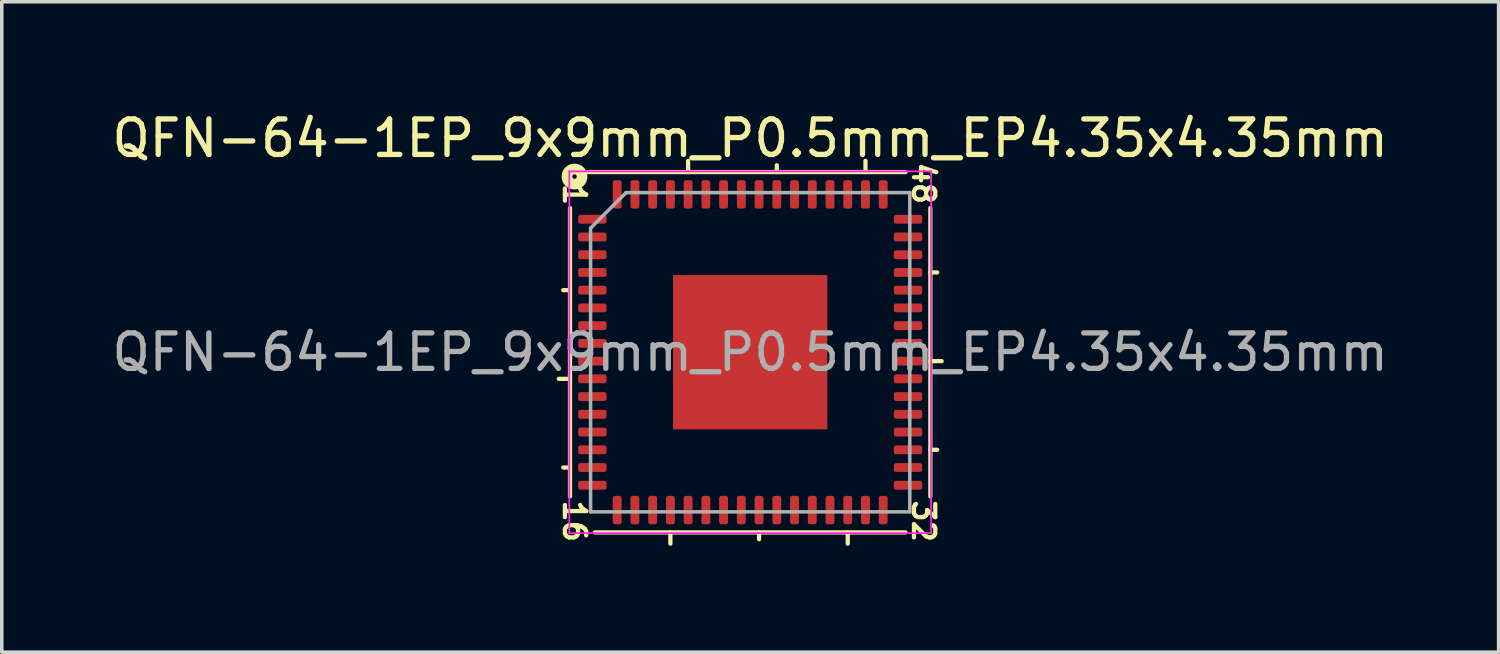
<source format=kicad_pcb>
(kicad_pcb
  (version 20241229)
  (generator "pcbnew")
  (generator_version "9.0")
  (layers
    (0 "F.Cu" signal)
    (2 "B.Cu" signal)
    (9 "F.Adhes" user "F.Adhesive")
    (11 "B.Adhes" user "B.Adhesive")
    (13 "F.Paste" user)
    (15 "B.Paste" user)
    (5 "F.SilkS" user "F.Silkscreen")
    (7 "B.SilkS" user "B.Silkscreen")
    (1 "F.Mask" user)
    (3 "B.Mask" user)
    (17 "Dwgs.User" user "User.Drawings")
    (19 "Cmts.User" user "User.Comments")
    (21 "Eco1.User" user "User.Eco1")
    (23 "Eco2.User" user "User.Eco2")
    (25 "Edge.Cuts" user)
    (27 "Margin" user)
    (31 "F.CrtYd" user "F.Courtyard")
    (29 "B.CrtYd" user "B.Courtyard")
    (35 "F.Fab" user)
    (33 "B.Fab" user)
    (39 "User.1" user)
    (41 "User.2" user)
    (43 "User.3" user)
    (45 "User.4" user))
  (footprint "QFN-64-1EP_9x9mm_P0.5mm_EP4.35x4.35mm"
    (layer "F.Cu")
    (at 18.101 6.881)
    (property "Reference" "QFN-64-1EP_9x9mm_P0.5mm_EP4.35x4.35mm" (at 0 -6.032 0) (layer "F.SilkS") (effects (font (size 1 1) (thickness 0.15))))
    (attr smd)
    (fp_line (start -5.08 -4.064) (end -5.08 4.064) (stroke (width 0.12) (type solid)) (layer "F.SilkS"))
    (fp_line (start -5.08 -1.75) (end -5.271 -1.75) (stroke (width 0.12) (type solid)) (layer "F.SilkS"))
    (fp_line (start -5.08 0.75) (end -5.397 0.75) (stroke (width 0.12) (type solid)) (layer "F.SilkS"))
    (fp_line (start -5.08 3.25) (end -5.271 3.25) (stroke (width 0.12) (type solid)) (layer "F.SilkS"))
    (fp_line (start -4.381 5.08) (end 4.381 5.08) (stroke (width 0.12) (type solid)) (layer "F.SilkS"))
    (fp_line (start -2.25 5.08) (end -2.25 5.397) (stroke (width 0.12) (type solid)) (layer "F.SilkS"))
    (fp_line (start -1.75 -5.08) (end -1.75 -5.397) (stroke (width 0.12) (type solid)) (layer "F.SilkS"))
    (fp_line (start 0.25 5.08) (end 0.25 5.271) (stroke (width 0.12) (type solid)) (layer "F.SilkS"))
    (fp_line (start 0.75 -5.08) (end 0.75 -5.271) (stroke (width 0.12) (type solid)) (layer "F.SilkS"))
    (fp_line (start 2.75 5.08) (end 2.75 5.397) (stroke (width 0.12) (type solid)) (layer "F.SilkS"))
    (fp_line (start 3.25 -5.08) (end 3.25 -5.397) (stroke (width 0.12) (type solid)) (layer "F.SilkS"))
    (fp_line (start 4.381 -5.08) (end -4.572 -5.08) (stroke (width 0.12) (type solid)) (layer "F.SilkS"))
    (fp_line (start 5.08 -2.25) (end 5.271 -2.25) (stroke (width 0.12) (type solid)) (layer "F.SilkS"))
    (fp_line (start 5.08 0.25) (end 5.397 0.25) (stroke (width 0.12) (type solid)) (layer "F.SilkS"))
    (fp_line (start 5.08 2.75) (end 5.271 2.75) (stroke (width 0.12) (type solid)) (layer "F.SilkS"))
    (fp_line (start 5.08 4.064) (end 5.08 -4.064) (stroke (width 0.12) (type solid)) (layer "F.SilkS"))
    (fp_circle (center -4.953 -4.953) (end -4.889 -4.953) (stroke (width 0.3) (type solid)) (fill no) (layer "F.SilkS"))
    (fp_line (start -5.1 -5.1) (end -5.1 5.1) (stroke (width 0.05) (type solid)) (layer "F.CrtYd"))
    (fp_line (start -5.1 5.1) (end 5.1 5.1) (stroke (width 0.05) (type solid)) (layer "F.CrtYd"))
    (fp_line (start 5.1 -5.1) (end -5.1 -5.1) (stroke (width 0.05) (type solid)) (layer "F.CrtYd"))
    (fp_line (start 5.1 5.1) (end 5.1 -5.1) (stroke (width 0.05) (type solid)) (layer "F.CrtYd"))
    (fp_line (start -4.5 -3.5) (end -3.5 -4.5) (stroke (width 0.1) (type solid)) (layer "F.Fab"))
    (fp_line (start -4.5 4.5) (end -4.5 -3.5) (stroke (width 0.1) (type solid)) (layer "F.Fab"))
    (fp_line (start -3.5 -4.5) (end 4.5 -4.5) (stroke (width 0.1) (type solid)) (layer "F.Fab"))
    (fp_line (start 4.5 -4.5) (end 4.5 4.5) (stroke (width 0.1) (type solid)) (layer "F.Fab"))
    (fp_line (start 4.5 4.5) (end -4.5 4.5) (stroke (width 0.1) (type solid)) (layer "F.Fab"))
    (fp_text user "16" (at -4.953 4.763 270) (unlocked yes) (layer "F.SilkS") (effects (font (size 0.6 0.6) (thickness 0.12))))
    (fp_text user "32" (at 4.889 4.763 270) (unlocked yes) (layer "F.SilkS") (effects (font (size 0.6 0.6) (thickness 0.12))))
    (fp_text user "48" (at 4.889 -4.763 270) (unlocked yes) (layer "F.SilkS") (effects (font (size 0.6 0.6) (thickness 0.12))))
    (fp_text user "1" (at -4.953 -4.445 270) (unlocked yes) (layer "F.SilkS") (effects (font (size 0.6 0.6) (thickness 0.12))))
    (fp_text user "${REFERENCE}" (at 0 0 0) (layer "F.Fab") (effects (font (size 1 1) (thickness 0.15))))
    (pad "" smd roundrect (at -1.45 -1.45) (size 1.17 1.17) (layers "F.Paste") (roundrect_rratio 0.214))
    (pad "" smd roundrect (at -1.45 0) (size 1.17 1.17) (layers "F.Paste") (roundrect_rratio 0.214))
    (pad "" smd roundrect (at -1.45 1.45) (size 1.17 1.17) (layers "F.Paste") (roundrect_rratio 0.214))
    (pad "" smd roundrect (at 0 -1.45) (size 1.17 1.17) (layers "F.Paste") (roundrect_rratio 0.214))
    (pad "" smd roundrect (at 0 0) (size 1.17 1.17) (layers "F.Paste") (roundrect_rratio 0.214))
    (pad "" smd roundrect (at 0 1.45) (size 1.17 1.17) (layers "F.Paste") (roundrect_rratio 0.214))
    (pad "" smd roundrect (at 1.45 -1.45) (size 1.17 1.17) (layers "F.Paste") (roundrect_rratio 0.214))
    (pad "" smd roundrect (at 1.45 0) (size 1.17 1.17) (layers "F.Paste") (roundrect_rratio 0.214))
    (pad "" smd roundrect (at 1.45 1.45) (size 1.17 1.17) (layers "F.Paste") (roundrect_rratio 0.214))
    (pad "1" smd roundrect (at -4.45 -3.75) (size 0.8 0.25) (layers "F.Cu" "F.Mask" "F.Paste") (roundrect_rratio 0.25))
    (pad "2" smd roundrect (at -4.45 -3.25) (size 0.8 0.25) (layers "F.Cu" "F.Mask" "F.Paste") (roundrect_rratio 0.25))
    (pad "3" smd roundrect (at -4.45 -2.75) (size 0.8 0.25) (layers "F.Cu" "F.Mask" "F.Paste") (roundrect_rratio 0.25))
    (pad "4" smd roundrect (at -4.45 -2.25) (size 0.8 0.25) (layers "F.Cu" "F.Mask" "F.Paste") (roundrect_rratio 0.25))
    (pad "5" smd roundrect (at -4.45 -1.75) (size 0.8 0.25) (layers "F.Cu" "F.Mask" "F.Paste") (roundrect_rratio 0.25))
    (pad "6" smd roundrect (at -4.45 -1.25) (size 0.8 0.25) (layers "F.Cu" "F.Mask" "F.Paste") (roundrect_rratio 0.25))
    (pad "7" smd roundrect (at -4.45 -0.75) (size 0.8 0.25) (layers "F.Cu" "F.Mask" "F.Paste") (roundrect_rratio 0.25))
    (pad "8" smd roundrect (at -4.45 -0.25) (size 0.8 0.25) (layers "F.Cu" "F.Mask" "F.Paste") (roundrect_rratio 0.25))
    (pad "9" smd roundrect (at -4.45 0.25) (size 0.8 0.25) (layers "F.Cu" "F.Mask" "F.Paste") (roundrect_rratio 0.25))
    (pad "10" smd roundrect (at -4.45 0.75) (size 0.8 0.25) (layers "F.Cu" "F.Mask" "F.Paste") (roundrect_rratio 0.25))
    (pad "11" smd roundrect (at -4.45 1.25) (size 0.8 0.25) (layers "F.Cu" "F.Mask" "F.Paste") (roundrect_rratio 0.25))
    (pad "12" smd roundrect (at -4.45 1.75) (size 0.8 0.25) (layers "F.Cu" "F.Mask" "F.Paste") (roundrect_rratio 0.25))
    (pad "13" smd roundrect (at -4.45 2.25) (size 0.8 0.25) (layers "F.Cu" "F.Mask" "F.Paste") (roundrect_rratio 0.25))
    (pad "14" smd roundrect (at -4.45 2.75) (size 0.8 0.25) (layers "F.Cu" "F.Mask" "F.Paste") (roundrect_rratio 0.25))
    (pad "15" smd roundrect (at -4.45 3.25) (size 0.8 0.25) (layers "F.Cu" "F.Mask" "F.Paste") (roundrect_rratio 0.25))
    (pad "16" smd roundrect (at -4.45 3.75) (size 0.8 0.25) (layers "F.Cu" "F.Mask" "F.Paste") (roundrect_rratio 0.25))
    (pad "17" smd roundrect (at -3.75 4.45) (size 0.25 0.8) (layers "F.Cu" "F.Mask" "F.Paste") (roundrect_rratio 0.25))
    (pad "18" smd roundrect (at -3.25 4.45) (size 0.25 0.8) (layers "F.Cu" "F.Mask" "F.Paste") (roundrect_rratio 0.25))
    (pad "19" smd roundrect (at -2.75 4.45) (size 0.25 0.8) (layers "F.Cu" "F.Mask" "F.Paste") (roundrect_rratio 0.25))
    (pad "20" smd roundrect (at -2.25 4.45) (size 0.25 0.8) (layers "F.Cu" "F.Mask" "F.Paste") (roundrect_rratio 0.25))
    (pad "21" smd roundrect (at -1.75 4.45) (size 0.25 0.8) (layers "F.Cu" "F.Mask" "F.Paste") (roundrect_rratio 0.25))
    (pad "22" smd roundrect (at -1.25 4.45) (size 0.25 0.8) (layers "F.Cu" "F.Mask" "F.Paste") (roundrect_rratio 0.25))
    (pad "23" smd roundrect (at -0.75 4.45) (size 0.25 0.8) (layers "F.Cu" "F.Mask" "F.Paste") (roundrect_rratio 0.25))
    (pad "24" smd roundrect (at -0.25 4.45) (size 0.25 0.8) (layers "F.Cu" "F.Mask" "F.Paste") (roundrect_rratio 0.25))
    (pad "25" smd roundrect (at 0.25 4.45) (size 0.25 0.8) (layers "F.Cu" "F.Mask" "F.Paste") (roundrect_rratio 0.25))
    (pad "26" smd roundrect (at 0.75 4.45) (size 0.25 0.8) (layers "F.Cu" "F.Mask" "F.Paste") (roundrect_rratio 0.25))
    (pad "27" smd roundrect (at 1.25 4.45) (size 0.25 0.8) (layers "F.Cu" "F.Mask" "F.Paste") (roundrect_rratio 0.25))
    (pad "28" smd roundrect (at 1.75 4.45) (size 0.25 0.8) (layers "F.Cu" "F.Mask" "F.Paste") (roundrect_rratio 0.25))
    (pad "29" smd roundrect (at 2.25 4.45) (size 0.25 0.8) (layers "F.Cu" "F.Mask" "F.Paste") (roundrect_rratio 0.25))
    (pad "30" smd roundrect (at 2.75 4.45) (size 0.25 0.8) (layers "F.Cu" "F.Mask" "F.Paste") (roundrect_rratio 0.25))
    (pad "31" smd roundrect (at 3.25 4.45) (size 0.25 0.8) (layers "F.Cu" "F.Mask" "F.Paste") (roundrect_rratio 0.25))
    (pad "32" smd roundrect (at 3.75 4.45) (size 0.25 0.8) (layers "F.Cu" "F.Mask" "F.Paste") (roundrect_rratio 0.25))
    (pad "33" smd roundrect (at 4.45 3.75) (size 0.8 0.25) (layers "F.Cu" "F.Mask" "F.Paste") (roundrect_rratio 0.25))
    (pad "34" smd roundrect (at 4.45 3.25) (size 0.8 0.25) (layers "F.Cu" "F.Mask" "F.Paste") (roundrect_rratio 0.25))
    (pad "35" smd roundrect (at 4.45 2.75) (size 0.8 0.25) (layers "F.Cu" "F.Mask" "F.Paste") (roundrect_rratio 0.25))
    (pad "36" smd roundrect (at 4.45 2.25) (size 0.8 0.25) (layers "F.Cu" "F.Mask" "F.Paste") (roundrect_rratio 0.25))
    (pad "37" smd roundrect (at 4.45 1.75) (size 0.8 0.25) (layers "F.Cu" "F.Mask" "F.Paste") (roundrect_rratio 0.25))
    (pad "38" smd roundrect (at 4.45 1.25) (size 0.8 0.25) (layers "F.Cu" "F.Mask" "F.Paste") (roundrect_rratio 0.25))
    (pad "39" smd roundrect (at 4.45 0.75) (size 0.8 0.25) (layers "F.Cu" "F.Mask" "F.Paste") (roundrect_rratio 0.25))
    (pad "40" smd roundrect (at 4.45 0.25) (size 0.8 0.25) (layers "F.Cu" "F.Mask" "F.Paste") (roundrect_rratio 0.25))
    (pad "41" smd roundrect (at 4.45 -0.25) (size 0.8 0.25) (layers "F.Cu" "F.Mask" "F.Paste") (roundrect_rratio 0.25))
    (pad "42" smd roundrect (at 4.45 -0.75) (size 0.8 0.25) (layers "F.Cu" "F.Mask" "F.Paste") (roundrect_rratio 0.25))
    (pad "43" smd roundrect (at 4.45 -1.25) (size 0.8 0.25) (layers "F.Cu" "F.Mask" "F.Paste") (roundrect_rratio 0.25))
    (pad "44" smd roundrect (at 4.45 -1.75) (size 0.8 0.25) (layers "F.Cu" "F.Mask" "F.Paste") (roundrect_rratio 0.25))
    (pad "45" smd roundrect (at 4.45 -2.25) (size 0.8 0.25) (layers "F.Cu" "F.Mask" "F.Paste") (roundrect_rratio 0.25))
    (pad "46" smd roundrect (at 4.45 -2.75) (size 0.8 0.25) (layers "F.Cu" "F.Mask" "F.Paste") (roundrect_rratio 0.25))
    (pad "47" smd roundrect (at 4.45 -3.25) (size 0.8 0.25) (layers "F.Cu" "F.Mask" "F.Paste") (roundrect_rratio 0.25))
    (pad "48" smd roundrect (at 4.45 -3.75) (size 0.8 0.25) (layers "F.Cu" "F.Mask" "F.Paste") (roundrect_rratio 0.25))
    (pad "49" smd roundrect (at 3.75 -4.45) (size 0.25 0.8) (layers "F.Cu" "F.Mask" "F.Paste") (roundrect_rratio 0.25))
    (pad "50" smd roundrect (at 3.25 -4.45) (size 0.25 0.8) (layers "F.Cu" "F.Mask" "F.Paste") (roundrect_rratio 0.25))
    (pad "51" smd roundrect (at 2.75 -4.45) (size 0.25 0.8) (layers "F.Cu" "F.Mask" "F.Paste") (roundrect_rratio 0.25))
    (pad "52" smd roundrect (at 2.25 -4.45) (size 0.25 0.8) (layers "F.Cu" "F.Mask" "F.Paste") (roundrect_rratio 0.25))
    (pad "53" smd roundrect (at 1.75 -4.45) (size 0.25 0.8) (layers "F.Cu" "F.Mask" "F.Paste") (roundrect_rratio 0.25))
    (pad "54" smd roundrect (at 1.25 -4.45) (size 0.25 0.8) (layers "F.Cu" "F.Mask" "F.Paste") (roundrect_rratio 0.25))
    (pad "55" smd roundrect (at 0.75 -4.45) (size 0.25 0.8) (layers "F.Cu" "F.Mask" "F.Paste") (roundrect_rratio 0.25))
    (pad "56" smd roundrect (at 0.25 -4.45) (size 0.25 0.8) (layers "F.Cu" "F.Mask" "F.Paste") (roundrect_rratio 0.25))
    (pad "57" smd roundrect (at -0.25 -4.45) (size 0.25 0.8) (layers "F.Cu" "F.Mask" "F.Paste") (roundrect_rratio 0.25))
    (pad "58" smd roundrect (at -0.75 -4.45) (size 0.25 0.8) (layers "F.Cu" "F.Mask" "F.Paste") (roundrect_rratio 0.25))
    (pad "59" smd roundrect (at -1.25 -4.45) (size 0.25 0.8) (layers "F.Cu" "F.Mask" "F.Paste") (roundrect_rratio 0.25))
    (pad "60" smd roundrect (at -1.75 -4.45) (size 0.25 0.8) (layers "F.Cu" "F.Mask" "F.Paste") (roundrect_rratio 0.25))
    (pad "61" smd roundrect (at -2.25 -4.45) (size 0.25 0.8) (layers "F.Cu" "F.Mask" "F.Paste") (roundrect_rratio 0.25))
    (pad "62" smd roundrect (at -2.75 -4.45) (size 0.25 0.8) (layers "F.Cu" "F.Mask" "F.Paste") (roundrect_rratio 0.25))
    (pad "63" smd roundrect (at -3.25 -4.45) (size 0.25 0.8) (layers "F.Cu" "F.Mask" "F.Paste") (roundrect_rratio 0.25))
    (pad "64" smd roundrect (at -3.75 -4.45) (size 0.25 0.8) (layers "F.Cu" "F.Mask" "F.Paste") (roundrect_rratio 0.25))
    (pad "65" smd rect (at 0 0) (size 4.35 4.35) (layers "F.Cu" "F.Mask")))
  (gr_rect
    (start -3 -3)
    (end 39.202 15.338)
    (stroke (width 0.1) (type default))
    (fill no)
    (layer "Edge.Cuts")))
</source>
